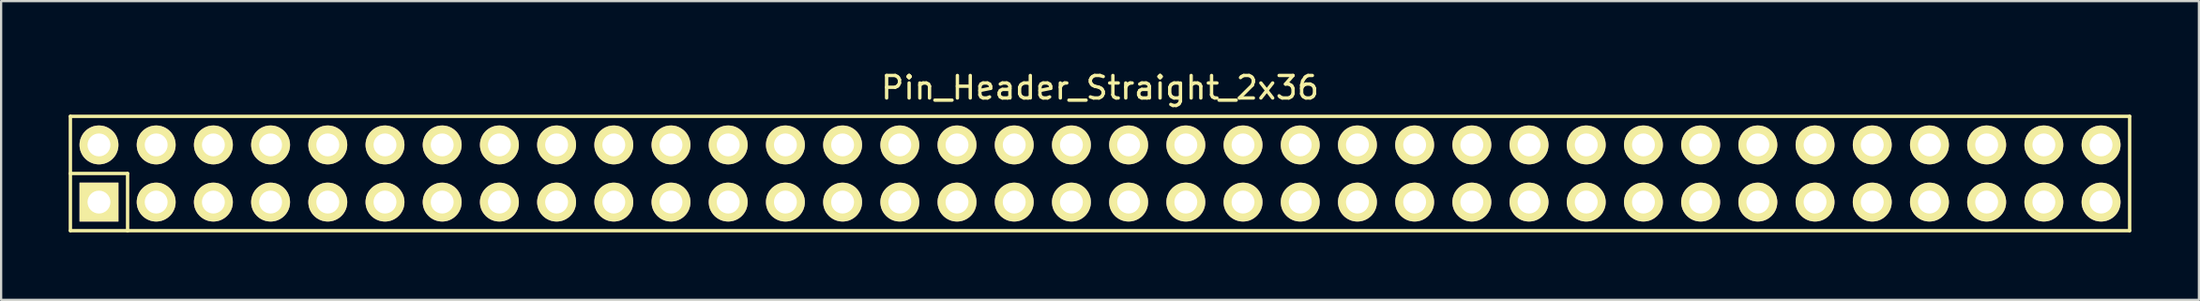
<source format=kicad_pcb>
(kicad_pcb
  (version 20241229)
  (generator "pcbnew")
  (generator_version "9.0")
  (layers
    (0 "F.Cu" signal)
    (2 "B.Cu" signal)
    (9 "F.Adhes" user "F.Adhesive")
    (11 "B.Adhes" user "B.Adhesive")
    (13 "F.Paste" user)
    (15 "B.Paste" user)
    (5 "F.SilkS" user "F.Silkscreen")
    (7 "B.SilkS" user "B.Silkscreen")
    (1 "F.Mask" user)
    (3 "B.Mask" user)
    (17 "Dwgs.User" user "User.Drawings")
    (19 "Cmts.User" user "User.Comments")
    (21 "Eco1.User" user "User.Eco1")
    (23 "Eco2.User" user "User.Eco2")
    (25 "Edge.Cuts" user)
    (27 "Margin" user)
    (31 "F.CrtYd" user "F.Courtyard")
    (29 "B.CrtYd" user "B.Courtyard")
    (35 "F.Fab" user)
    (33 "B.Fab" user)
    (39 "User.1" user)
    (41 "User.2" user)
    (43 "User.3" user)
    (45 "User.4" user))
  (footprint "Pin_Header_Straight_2x36"
    (layer "F.Cu")
    (at 45.795 4.658)
    (property "Reference" "Pin_Header_Straight_2x36" (at 0 -3.81 0) (layer "F.SilkS") (effects (font (size 1 1) (thickness 0.15))))
    (attr through_hole)
    (fp_line (start -45.72 -2.54) (end -45.72 0) (stroke (width 0.15) (type solid)) (layer "F.SilkS"))
    (fp_line (start -45.72 0) (end -43.18 0) (stroke (width 0.15) (type solid)) (layer "F.SilkS"))
    (fp_line (start -45.72 2.54) (end -45.72 0) (stroke (width 0.15) (type solid)) (layer "F.SilkS"))
    (fp_line (start -45.72 2.54) (end -43.18 2.54) (stroke (width 0.15) (type solid)) (layer "F.SilkS"))
    (fp_line (start -43.18 0) (end -43.18 2.54) (stroke (width 0.15) (type solid)) (layer "F.SilkS"))
    (fp_line (start -43.18 2.54) (end 45.72 2.54) (stroke (width 0.15) (type solid)) (layer "F.SilkS"))
    (fp_line (start 45.72 -2.54) (end -45.72 -2.54) (stroke (width 0.15) (type solid)) (layer "F.SilkS"))
    (fp_line (start 45.72 -2.54) (end 45.72 2.54) (stroke (width 0.15) (type solid)) (layer "F.SilkS"))
    (pad "1" thru_hole rect (at -44.45 1.27) (size 1.727 1.727) (drill 1.016) (layers "*.Cu" "*.Mask" "F.SilkS"))
    (pad "2" thru_hole oval (at -44.45 -1.27) (size 1.727 1.727) (drill 1.016) (layers "*.Cu" "*.Mask" "F.SilkS"))
    (pad "3" thru_hole oval (at -41.91 1.27) (size 1.727 1.727) (drill 1.016) (layers "*.Cu" "*.Mask" "F.SilkS"))
    (pad "4" thru_hole oval (at -41.91 -1.27) (size 1.727 1.727) (drill 1.016) (layers "*.Cu" "*.Mask" "F.SilkS"))
    (pad "5" thru_hole oval (at -39.37 1.27) (size 1.727 1.727) (drill 1.016) (layers "*.Cu" "*.Mask" "F.SilkS"))
    (pad "6" thru_hole oval (at -39.37 -1.27) (size 1.727 1.727) (drill 1.016) (layers "*.Cu" "*.Mask" "F.SilkS"))
    (pad "7" thru_hole oval (at -36.83 1.27) (size 1.727 1.727) (drill 1.016) (layers "*.Cu" "*.Mask" "F.SilkS"))
    (pad "8" thru_hole oval (at -36.83 -1.27) (size 1.727 1.727) (drill 1.016) (layers "*.Cu" "*.Mask" "F.SilkS"))
    (pad "9" thru_hole oval (at -34.29 1.27) (size 1.727 1.727) (drill 1.016) (layers "*.Cu" "*.Mask" "F.SilkS"))
    (pad "10" thru_hole oval (at -34.29 -1.27) (size 1.727 1.727) (drill 1.016) (layers "*.Cu" "*.Mask" "F.SilkS"))
    (pad "11" thru_hole oval (at -31.75 1.27) (size 1.727 1.727) (drill 1.016) (layers "*.Cu" "*.Mask" "F.SilkS"))
    (pad "12" thru_hole oval (at -31.75 -1.27) (size 1.727 1.727) (drill 1.016) (layers "*.Cu" "*.Mask" "F.SilkS"))
    (pad "13" thru_hole oval (at -29.21 1.27) (size 1.727 1.727) (drill 1.016) (layers "*.Cu" "*.Mask" "F.SilkS"))
    (pad "14" thru_hole oval (at -29.21 -1.27) (size 1.727 1.727) (drill 1.016) (layers "*.Cu" "*.Mask" "F.SilkS"))
    (pad "15" thru_hole oval (at -26.67 1.27) (size 1.727 1.727) (drill 1.016) (layers "*.Cu" "*.Mask" "F.SilkS"))
    (pad "16" thru_hole oval (at -26.67 -1.27) (size 1.727 1.727) (drill 1.016) (layers "*.Cu" "*.Mask" "F.SilkS"))
    (pad "17" thru_hole oval (at -24.13 1.27) (size 1.727 1.727) (drill 1.016) (layers "*.Cu" "*.Mask" "F.SilkS"))
    (pad "18" thru_hole oval (at -24.13 -1.27) (size 1.727 1.727) (drill 1.016) (layers "*.Cu" "*.Mask" "F.SilkS"))
    (pad "19" thru_hole oval (at -21.59 1.27) (size 1.727 1.727) (drill 1.016) (layers "*.Cu" "*.Mask" "F.SilkS"))
    (pad "20" thru_hole oval (at -21.59 -1.27) (size 1.727 1.727) (drill 1.016) (layers "*.Cu" "*.Mask" "F.SilkS"))
    (pad "21" thru_hole oval (at -19.05 1.27) (size 1.727 1.727) (drill 1.016) (layers "*.Cu" "*.Mask" "F.SilkS"))
    (pad "22" thru_hole oval (at -19.05 -1.27) (size 1.727 1.727) (drill 1.016) (layers "*.Cu" "*.Mask" "F.SilkS"))
    (pad "23" thru_hole oval (at -16.51 1.27) (size 1.727 1.727) (drill 1.016) (layers "*.Cu" "*.Mask" "F.SilkS"))
    (pad "24" thru_hole oval (at -16.51 -1.27) (size 1.727 1.727) (drill 1.016) (layers "*.Cu" "*.Mask" "F.SilkS"))
    (pad "25" thru_hole oval (at -13.97 1.27) (size 1.727 1.727) (drill 1.016) (layers "*.Cu" "*.Mask" "F.SilkS"))
    (pad "26" thru_hole oval (at -13.97 -1.27) (size 1.727 1.727) (drill 1.016) (layers "*.Cu" "*.Mask" "F.SilkS"))
    (pad "27" thru_hole oval (at -11.43 1.27) (size 1.727 1.727) (drill 1.016) (layers "*.Cu" "*.Mask" "F.SilkS"))
    (pad "28" thru_hole oval (at -11.43 -1.27) (size 1.727 1.727) (drill 1.016) (layers "*.Cu" "*.Mask" "F.SilkS"))
    (pad "29" thru_hole oval (at -8.89 1.27) (size 1.727 1.727) (drill 1.016) (layers "*.Cu" "*.Mask" "F.SilkS"))
    (pad "30" thru_hole oval (at -8.89 -1.27) (size 1.727 1.727) (drill 1.016) (layers "*.Cu" "*.Mask" "F.SilkS"))
    (pad "31" thru_hole oval (at -6.35 1.27) (size 1.727 1.727) (drill 1.016) (layers "*.Cu" "*.Mask" "F.SilkS"))
    (pad "32" thru_hole oval (at -6.35 -1.27) (size 1.727 1.727) (drill 1.016) (layers "*.Cu" "*.Mask" "F.SilkS"))
    (pad "33" thru_hole oval (at -3.81 1.27) (size 1.727 1.727) (drill 1.016) (layers "*.Cu" "*.Mask" "F.SilkS"))
    (pad "34" thru_hole oval (at -3.81 -1.27) (size 1.727 1.727) (drill 1.016) (layers "*.Cu" "*.Mask" "F.SilkS"))
    (pad "35" thru_hole oval (at -1.27 1.27) (size 1.727 1.727) (drill 1.016) (layers "*.Cu" "*.Mask" "F.SilkS"))
    (pad "36" thru_hole oval (at -1.27 -1.27) (size 1.727 1.727) (drill 1.016) (layers "*.Cu" "*.Mask" "F.SilkS"))
    (pad "37" thru_hole oval (at 1.27 1.27) (size 1.727 1.727) (drill 1.016) (layers "*.Cu" "*.Mask" "F.SilkS"))
    (pad "38" thru_hole oval (at 1.27 -1.27) (size 1.727 1.727) (drill 1.016) (layers "*.Cu" "*.Mask" "F.SilkS"))
    (pad "39" thru_hole oval (at 3.81 1.27) (size 1.727 1.727) (drill 1.016) (layers "*.Cu" "*.Mask" "F.SilkS"))
    (pad "40" thru_hole oval (at 3.81 -1.27) (size 1.727 1.727) (drill 1.016) (layers "*.Cu" "*.Mask" "F.SilkS"))
    (pad "41" thru_hole oval (at 6.35 1.27) (size 1.727 1.727) (drill 1.016) (layers "*.Cu" "*.Mask" "F.SilkS"))
    (pad "42" thru_hole oval (at 6.35 -1.27) (size 1.727 1.727) (drill 1.016) (layers "*.Cu" "*.Mask" "F.SilkS"))
    (pad "43" thru_hole oval (at 8.89 1.27) (size 1.727 1.727) (drill 1.016) (layers "*.Cu" "*.Mask" "F.SilkS"))
    (pad "44" thru_hole oval (at 8.89 -1.27) (size 1.727 1.727) (drill 1.016) (layers "*.Cu" "*.Mask" "F.SilkS"))
    (pad "45" thru_hole oval (at 11.43 1.27) (size 1.727 1.727) (drill 1.016) (layers "*.Cu" "*.Mask" "F.SilkS"))
    (pad "46" thru_hole oval (at 11.43 -1.27) (size 1.727 1.727) (drill 1.016) (layers "*.Cu" "*.Mask" "F.SilkS"))
    (pad "47" thru_hole oval (at 13.97 1.27) (size 1.727 1.727) (drill 1.016) (layers "*.Cu" "*.Mask" "F.SilkS"))
    (pad "48" thru_hole oval (at 13.97 -1.27) (size 1.727 1.727) (drill 1.016) (layers "*.Cu" "*.Mask" "F.SilkS"))
    (pad "49" thru_hole oval (at 16.51 1.27) (size 1.727 1.727) (drill 1.016) (layers "*.Cu" "*.Mask" "F.SilkS"))
    (pad "50" thru_hole oval (at 16.51 -1.27) (size 1.727 1.727) (drill 1.016) (layers "*.Cu" "*.Mask" "F.SilkS"))
    (pad "51" thru_hole oval (at 19.05 1.27) (size 1.727 1.727) (drill 1.016) (layers "*.Cu" "*.Mask" "F.SilkS"))
    (pad "52" thru_hole oval (at 19.05 -1.27) (size 1.727 1.727) (drill 1.016) (layers "*.Cu" "*.Mask" "F.SilkS"))
    (pad "53" thru_hole oval (at 21.59 1.27) (size 1.727 1.727) (drill 1.016) (layers "*.Cu" "*.Mask" "F.SilkS"))
    (pad "54" thru_hole oval (at 21.59 -1.27) (size 1.727 1.727) (drill 1.016) (layers "*.Cu" "*.Mask" "F.SilkS"))
    (pad "55" thru_hole oval (at 24.13 1.27) (size 1.727 1.727) (drill 1.016) (layers "*.Cu" "*.Mask" "F.SilkS"))
    (pad "56" thru_hole oval (at 24.13 -1.27) (size 1.727 1.727) (drill 1.016) (layers "*.Cu" "*.Mask" "F.SilkS"))
    (pad "57" thru_hole oval (at 26.67 1.27) (size 1.727 1.727) (drill 1.016) (layers "*.Cu" "*.Mask" "F.SilkS"))
    (pad "58" thru_hole oval (at 26.67 -1.27) (size 1.727 1.727) (drill 1.016) (layers "*.Cu" "*.Mask" "F.SilkS"))
    (pad "59" thru_hole oval (at 29.21 1.27) (size 1.727 1.727) (drill 1.016) (layers "*.Cu" "*.Mask" "F.SilkS"))
    (pad "60" thru_hole oval (at 29.21 -1.27) (size 1.727 1.727) (drill 1.016) (layers "*.Cu" "*.Mask" "F.SilkS"))
    (pad "61" thru_hole oval (at 31.75 1.27) (size 1.727 1.727) (drill 1.016) (layers "*.Cu" "*.Mask" "F.SilkS"))
    (pad "62" thru_hole oval (at 31.75 -1.27) (size 1.727 1.727) (drill 1.016) (layers "*.Cu" "*.Mask" "F.SilkS"))
    (pad "63" thru_hole oval (at 34.29 1.27) (size 1.727 1.727) (drill 1.016) (layers "*.Cu" "*.Mask" "F.SilkS"))
    (pad "64" thru_hole oval (at 34.29 -1.27) (size 1.727 1.727) (drill 1.016) (layers "*.Cu" "*.Mask" "F.SilkS"))
    (pad "65" thru_hole oval (at 36.83 1.27) (size 1.727 1.727) (drill 1.016) (layers "*.Cu" "*.Mask" "F.SilkS"))
    (pad "66" thru_hole oval (at 36.83 -1.27) (size 1.727 1.727) (drill 1.016) (layers "*.Cu" "*.Mask" "F.SilkS"))
    (pad "67" thru_hole oval (at 39.37 1.27) (size 1.727 1.727) (drill 1.016) (layers "*.Cu" "*.Mask" "F.SilkS"))
    (pad "68" thru_hole oval (at 39.37 -1.27) (size 1.727 1.727) (drill 1.016) (layers "*.Cu" "*.Mask" "F.SilkS"))
    (pad "69" thru_hole oval (at 41.91 1.27) (size 1.727 1.727) (drill 1.016) (layers "*.Cu" "*.Mask" "F.SilkS"))
    (pad "70" thru_hole oval (at 41.91 -1.27) (size 1.727 1.727) (drill 1.016) (layers "*.Cu" "*.Mask" "F.SilkS"))
    (pad "71" thru_hole oval (at 44.45 1.27) (size 1.727 1.727) (drill 1.016) (layers "*.Cu" "*.Mask" "F.SilkS"))
    (pad "72" thru_hole oval (at 44.45 -1.27) (size 1.727 1.727) (drill 1.016) (layers "*.Cu" "*.Mask" "F.SilkS")))
  (gr_rect
    (start -3 -3)
    (end 94.59 10.273)
    (stroke (width 0.1) (type default))
    (fill no)
    (layer "Edge.Cuts")))
</source>
